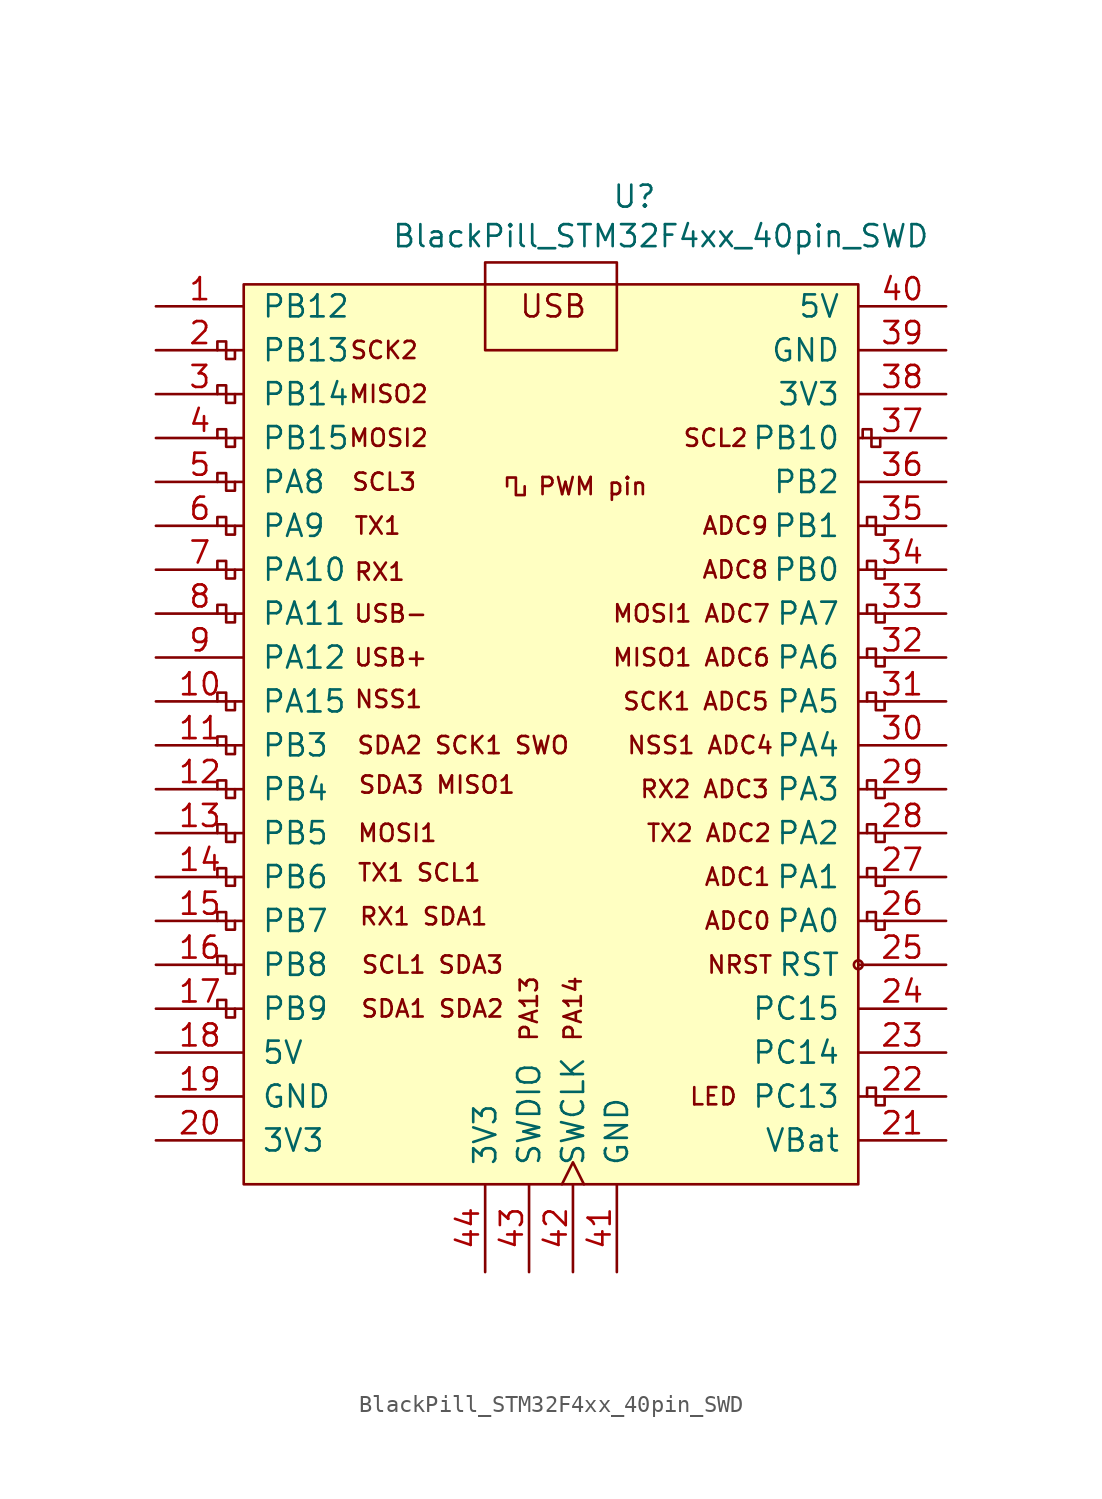
<source format=kicad_sym>
(kicad_symbol_lib
  (version 20231120)
  (generator "kicad_symbol_editor")
  (generator_version "8.0")
  (symbol "BlackPill_STM32F4xx_40pin_SWD"
    (pin_names
      (offset 1.016))
    (property "Reference" "U"
      (at 4.826 26.67 0)
      (effects (font (size 1.27 1.27))))
    (property "Value" "BlackPill_STM32F4xx_40pin_SWD"
      (at 6.35 24.384 0)
      (effects (font (size 1.27 1.27))))
    (symbol "BlackPill_STM32F4xx_40pin_SWD_0_0"
      (circle (center 17.78 -17.78) (radius 0.254) (stroke (width 0) (type solid)) (fill (type none)))
      (text "ADC0" (at 10.795 -15.24 0) (effects (font (size 0.991 0.991))))
      (text "ADC1" (at 10.795 -12.7 0) (effects (font (size 0.991 0.991))))
      (text "ADC8" (at 10.668 5.08 0) (effects (font (size 0.991 0.991))))
      (text "LED" (at 9.398 -25.4 0) (effects (font (size 0.991 0.991))))
      (text "NSS1" (at -9.398 -2.413 0) (effects (font (size 0.991 0.991))))
      (text "PWM pin" (at 2.413 9.906 0) (effects (font (size 0.991 0.991))))
      (text "RX1" (at -9.906 4.953 0) (effects (font (size 0.991 0.991))))
      (text "TX1" (at -10.033 7.62 0) (effects (font (size 0.991 0.991))))
      (text "USB" (at 0.127 20.32 0) (effects (font (size 1.27 1.27))))
      (text "USB+" (at -9.271 0 0) (effects (font (size 0.991 0.991))))
      (text "USB-" (at -9.271 2.54 0) (effects (font (size 0.991 0.991)))))
    (symbol "BlackPill_STM32F4xx_40pin_SWD_0_1"
      (rectangle (start -17.78 21.59) (end 17.78 -30.48) (stroke (width 0) (type solid)) (fill (type background)))
      (rectangle (start -3.81 22.86) (end 3.81 17.78) (stroke (width 0) (type solid)) (fill (type none)))
      (polyline (pts (xy -18.288 -20.32) (xy -18.288 -20.828) (xy -18.796 -20.828) (xy -18.796 -19.812) (xy -19.304 -19.812) (xy -19.304 -20.32)) (stroke (width 0) (type solid)) (fill (type none)))
      (polyline (pts (xy -18.288 -17.78) (xy -18.288 -18.288) (xy -18.796 -18.288) (xy -18.796 -17.272) (xy -19.304 -17.272) (xy -19.304 -17.78)) (stroke (width 0) (type solid)) (fill (type none)))
      (polyline (pts (xy -18.288 -15.24) (xy -18.288 -15.748) (xy -18.796 -15.748) (xy -18.796 -14.732) (xy -19.304 -14.732) (xy -19.304 -15.24)) (stroke (width 0) (type solid)) (fill (type none)))
      (polyline (pts (xy -18.288 -12.7) (xy -18.288 -13.208) (xy -18.796 -13.208) (xy -18.796 -12.192) (xy -19.304 -12.192) (xy -19.304 -12.7)) (stroke (width 0) (type solid)) (fill (type none)))
      (polyline (pts (xy -18.288 -10.16) (xy -18.288 -10.668) (xy -18.796 -10.668) (xy -18.796 -9.652) (xy -19.304 -9.652) (xy -19.304 -10.16)) (stroke (width 0) (type solid)) (fill (type none)))
      (polyline (pts (xy -18.288 -7.62) (xy -18.288 -8.128) (xy -18.796 -8.128) (xy -18.796 -7.112) (xy -19.304 -7.112) (xy -19.304 -7.62)) (stroke (width 0) (type solid)) (fill (type none)))
      (polyline (pts (xy -18.288 -5.08) (xy -18.288 -5.588) (xy -18.796 -5.588) (xy -18.796 -4.572) (xy -19.304 -4.572) (xy -19.304 -5.08)) (stroke (width 0) (type solid)) (fill (type none)))
      (polyline (pts (xy -18.288 -2.54) (xy -18.288 -3.048) (xy -18.796 -3.048) (xy -18.796 -2.032) (xy -19.304 -2.032) (xy -19.304 -2.54)) (stroke (width 0) (type solid)) (fill (type none)))
      (polyline (pts (xy -18.288 2.54) (xy -18.288 2.032) (xy -18.796 2.032) (xy -18.796 3.048) (xy -19.304 3.048) (xy -19.304 2.54)) (stroke (width 0) (type solid)) (fill (type none)))
      (polyline (pts (xy -18.288 5.08) (xy -18.288 4.572) (xy -18.796 4.572) (xy -18.796 5.588) (xy -19.304 5.588) (xy -19.304 5.08)) (stroke (width 0) (type solid)) (fill (type none)))
      (polyline (pts (xy -18.288 7.62) (xy -18.288 7.112) (xy -18.796 7.112) (xy -18.796 8.128) (xy -19.304 8.128) (xy -19.304 7.62)) (stroke (width 0) (type solid)) (fill (type none)))
      (polyline (pts (xy -18.288 10.16) (xy -18.288 9.652) (xy -18.796 9.652) (xy -18.796 10.668) (xy -19.304 10.668) (xy -19.304 10.16)) (stroke (width 0) (type solid)) (fill (type none)))
      (polyline (pts (xy -18.288 12.7) (xy -18.288 12.192) (xy -18.796 12.192) (xy -18.796 13.208) (xy -19.304 13.208) (xy -19.304 12.7)) (stroke (width 0) (type solid)) (fill (type none)))
      (polyline (pts (xy -18.288 15.24) (xy -18.288 14.732) (xy -18.796 14.732) (xy -18.796 15.748) (xy -19.304 15.748) (xy -19.304 15.24)) (stroke (width 0) (type solid)) (fill (type none)))
      (polyline (pts (xy -18.288 17.78) (xy -18.288 17.272) (xy -18.796 17.272) (xy -18.796 18.288) (xy -19.304 18.288) (xy -19.304 17.78)) (stroke (width 0) (type solid)) (fill (type none)))
      (polyline (pts (xy -1.524 9.906) (xy -1.524 9.398) (xy -2.032 9.398) (xy -2.032 10.414) (xy -2.54 10.414) (xy -2.54 9.906)) (stroke (width 0) (type solid)) (fill (type none)))
      (polyline (pts (xy 18.288 -25.4) (xy 18.288 -24.892) (xy 18.796 -24.892) (xy 18.796 -25.908) (xy 19.304 -25.908) (xy 19.304 -25.4)) (stroke (width 0) (type solid)) (fill (type none)))
      (polyline (pts (xy 19.05 12.7) (xy 19.05 12.192) (xy 18.542 12.192) (xy 18.542 13.208) (xy 18.034 13.208) (xy 18.034 12.7)) (stroke (width 0) (type solid)) (fill (type none)))
      (polyline (pts (xy 19.304 -15.24) (xy 19.304 -15.748) (xy 18.796 -15.748) (xy 18.796 -14.732) (xy 18.288 -14.732) (xy 18.288 -15.24)) (stroke (width 0) (type solid)) (fill (type none)))
      (polyline (pts (xy 19.304 -12.7) (xy 19.304 -13.208) (xy 18.796 -13.208) (xy 18.796 -12.192) (xy 18.288 -12.192) (xy 18.288 -12.7)) (stroke (width 0) (type solid)) (fill (type none)))
      (polyline (pts (xy 19.304 -10.16) (xy 19.304 -10.668) (xy 18.796 -10.668) (xy 18.796 -9.652) (xy 18.288 -9.652) (xy 18.288 -10.16)) (stroke (width 0) (type solid)) (fill (type none)))
      (polyline (pts (xy 19.304 -7.62) (xy 19.304 -8.128) (xy 18.796 -8.128) (xy 18.796 -7.112) (xy 18.288 -7.112) (xy 18.288 -7.62)) (stroke (width 0) (type solid)) (fill (type none)))
      (polyline (pts (xy 19.304 -2.54) (xy 19.304 -3.048) (xy 18.796 -3.048) (xy 18.796 -2.032) (xy 18.288 -2.032) (xy 18.288 -2.54)) (stroke (width 0) (type solid)) (fill (type none)))
      (polyline (pts (xy 19.304 0) (xy 19.304 -0.508) (xy 18.796 -0.508) (xy 18.796 0.508) (xy 18.288 0.508) (xy 18.288 0)) (stroke (width 0) (type solid)) (fill (type none)))
      (polyline (pts (xy 19.304 2.54) (xy 19.304 2.032) (xy 18.796 2.032) (xy 18.796 3.048) (xy 18.288 3.048) (xy 18.288 2.54)) (stroke (width 0) (type solid)) (fill (type none)))
      (polyline (pts (xy 19.304 5.08) (xy 19.304 4.572) (xy 18.796 4.572) (xy 18.796 5.588) (xy 18.288 5.588) (xy 18.288 5.08)) (stroke (width 0) (type solid)) (fill (type none)))
      (polyline (pts (xy 19.304 7.62) (xy 19.304 7.112) (xy 18.796 7.112) (xy 18.796 8.128) (xy 18.288 8.128) (xy 18.288 7.62)) (stroke (width 0) (type solid)) (fill (type none))))
    (symbol "BlackPill_STM32F4xx_40pin_SWD_1_0"
      (text "ADC9" (at 10.668 7.62 0) (effects (font (size 0.991 0.991))))
      (text "MISO1 ADC6" (at 8.128 0 0) (effects (font (size 0.991 0.991))))
      (text "MISO2" (at -9.398 15.24 0) (effects (font (size 0.991 0.991))))
      (text "MOSI1" (at -8.89 -10.16 0) (effects (font (size 0.991 0.991))))
      (text "MOSI1 ADC7" (at 8.128 2.54 0) (effects (font (size 0.991 0.991))))
      (text "MOSI2" (at -9.398 12.7 0) (effects (font (size 0.991 0.991))))
      (text "NRST\n" (at 10.922 -17.78 0) (effects (font (size 0.991 0.991))))
      (text "NSS1 ADC4" (at 8.636 -5.08 0) (effects (font (size 0.991 0.991))))
      (text "PA13\n" (at -1.27 -20.32 900) (effects (font (size 0.991 0.991))))
      (text "PA14" (at 1.27 -20.32 900) (effects (font (size 0.991 0.991))))
      (text "RX1 SDA1" (at -7.366 -14.986 0) (effects (font (size 0.991 0.991))))
      (text "RX2 ADC3" (at 8.89 -7.62 0) (effects (font (size 0.991 0.991))))
      (text "SCK1 ADC5" (at 8.382 -2.54 0) (effects (font (size 0.991 0.991))))
      (text "SCK2" (at -9.652 17.78 0) (effects (font (size 0.991 0.991))))
      (text "SCL1 SDA3" (at -6.858 -17.78 0) (effects (font (size 0.991 0.991))))
      (text "SCL2" (at 9.525 12.7 0) (effects (font (size 0.991 0.991))))
      (text "SCL3" (at -9.652 10.16 0) (effects (font (size 0.991 0.991))))
      (text "SDA1 SDA2" (at -6.858 -20.32 0) (effects (font (size 0.991 0.991))))
      (text "SDA2 SCK1 SWO" (at -5.08 -5.08 0) (effects (font (size 0.991 0.991))))
      (text "SDA3 MISO1" (at -6.604 -7.366 0) (effects (font (size 0.991 0.991))))
      (text "TX1 SCL1" (at -7.62 -12.446 0) (effects (font (size 0.991 0.991))))
      (text "TX2 ADC2" (at 9.144 -10.16 0) (effects (font (size 0.991 0.991)))))
    (symbol "BlackPill_STM32F4xx_40pin_SWD_1_1"
      (pin bidirectional line (at -22.86 20.32 0) (length 5.08) (name "PB12" (effects (font (size 1.27 1.27)))) (number "1" (effects (font (size 1.27 1.27)))))
      (pin bidirectional line (at -22.86 -2.54 0) (length 5.08) (name "PA15" (effects (font (size 1.27 1.27)))) (number "10" (effects (font (size 1.27 1.27)))))
      (pin bidirectional line (at -22.86 -5.08 0) (length 5.08) (name "PB3" (effects (font (size 1.27 1.27)))) (number "11" (effects (font (size 1.27 1.27)))))
      (pin bidirectional line (at -22.86 -7.62 0) (length 5.08) (name "PB4" (effects (font (size 1.27 1.27)))) (number "12" (effects (font (size 1.27 1.27)))))
      (pin bidirectional line (at -22.86 -10.16 0) (length 5.08) (name "PB5" (effects (font (size 1.27 1.27)))) (number "13" (effects (font (size 1.27 1.27)))))
      (pin bidirectional line (at -22.86 -12.7 0) (length 5.08) (name "PB6" (effects (font (size 1.27 1.27)))) (number "14" (effects (font (size 1.27 1.27)))))
      (pin bidirectional line (at -22.86 -15.24 0) (length 5.08) (name "PB7" (effects (font (size 1.27 1.27)))) (number "15" (effects (font (size 1.27 1.27)))))
      (pin bidirectional line (at -22.86 -17.78 0) (length 5.08) (name "PB8" (effects (font (size 1.27 1.27)))) (number "16" (effects (font (size 1.27 1.27)))))
      (pin bidirectional line (at -22.86 -20.32 0) (length 5.08) (name "PB9" (effects (font (size 1.27 1.27)))) (number "17" (effects (font (size 1.27 1.27)))))
      (pin power_in line (at -22.86 -22.86 0) (length 5.08) (name "5V" (effects (font (size 1.27 1.27)))) (number "18" (effects (font (size 1.27 1.27)))))
      (pin power_in line (at -22.86 -25.4 0) (length 5.08) (name "GND" (effects (font (size 1.27 1.27)))) (number "19" (effects (font (size 1.27 1.27)))))
      (pin bidirectional line (at -22.86 17.78 0) (length 5.08) (name "PB13" (effects (font (size 1.27 1.27)))) (number "2" (effects (font (size 1.27 1.27)))))
      (pin power_in line (at -22.86 -27.94 0) (length 5.08) (name "3V3" (effects (font (size 1.27 1.27)))) (number "20" (effects (font (size 1.27 1.27)))))
      (pin power_in line (at 22.86 -27.94 180) (length 5.08) (name "VBat" (effects (font (size 1.27 1.27)))) (number "21" (effects (font (size 1.27 1.27)))))
      (pin bidirectional line (at 22.86 -25.4 180) (length 5.08) (name "PC13" (effects (font (size 1.27 1.27)))) (number "22" (effects (font (size 1.27 1.27)))))
      (pin bidirectional line (at 22.86 -22.86 180) (length 5.08) (name "PC14" (effects (font (size 1.27 1.27)))) (number "23" (effects (font (size 1.27 1.27)))))
      (pin bidirectional line (at 22.86 -20.32 180) (length 5.08) (name "PC15" (effects (font (size 1.27 1.27)))) (number "24" (effects (font (size 1.27 1.27)))))
      (pin input line (at 22.86 -17.78 180) (length 5.08) (name "RST" (effects (font (size 1.27 1.27)))) (number "25" (effects (font (size 1.27 1.27)))))
      (pin bidirectional line (at 22.86 -15.24 180) (length 5.08) (name "PA0" (effects (font (size 1.27 1.27)))) (number "26" (effects (font (size 1.27 1.27)))))
      (pin bidirectional line (at 22.86 -12.7 180) (length 5.08) (name "PA1" (effects (font (size 1.27 1.27)))) (number "27" (effects (font (size 1.27 1.27)))))
      (pin bidirectional line (at 22.86 -10.16 180) (length 5.08) (name "PA2" (effects (font (size 1.27 1.27)))) (number "28" (effects (font (size 1.27 1.27)))))
      (pin bidirectional line (at 22.86 -7.62 180) (length 5.08) (name "PA3" (effects (font (size 1.27 1.27)))) (number "29" (effects (font (size 1.27 1.27)))))
      (pin bidirectional line (at -22.86 15.24 0) (length 5.08) (name "PB14" (effects (font (size 1.27 1.27)))) (number "3" (effects (font (size 1.27 1.27)))))
      (pin bidirectional line (at 22.86 -5.08 180) (length 5.08) (name "PA4" (effects (font (size 1.27 1.27)))) (number "30" (effects (font (size 1.27 1.27)))))
      (pin bidirectional line (at 22.86 -2.54 180) (length 5.08) (name "PA5" (effects (font (size 1.27 1.27)))) (number "31" (effects (font (size 1.27 1.27)))))
      (pin bidirectional line (at 22.86 0 180) (length 5.08) (name "PA6" (effects (font (size 1.27 1.27)))) (number "32" (effects (font (size 1.27 1.27)))))
      (pin bidirectional line (at 22.86 2.54 180) (length 5.08) (name "PA7" (effects (font (size 1.27 1.27)))) (number "33" (effects (font (size 1.27 1.27)))))
      (pin bidirectional line (at 22.86 5.08 180) (length 5.08) (name "PB0" (effects (font (size 1.27 1.27)))) (number "34" (effects (font (size 1.27 1.27)))))
      (pin bidirectional line (at 22.86 7.62 180) (length 5.08) (name "PB1" (effects (font (size 1.27 1.27)))) (number "35" (effects (font (size 1.27 1.27)))))
      (pin bidirectional line (at 22.86 10.16 180) (length 5.08) (name "PB2" (effects (font (size 1.27 1.27)))) (number "36" (effects (font (size 1.27 1.27)))))
      (pin bidirectional line (at 22.86 12.7 180) (length 5.08) (name "PB10" (effects (font (size 1.27 1.27)))) (number "37" (effects (font (size 1.27 1.27)))))
      (pin power_in line (at 22.86 15.24 180) (length 5.08) (name "3V3" (effects (font (size 1.27 1.27)))) (number "38" (effects (font (size 1.27 1.27)))))
      (pin power_in line (at 22.86 17.78 180) (length 5.08) (name "GND" (effects (font (size 1.27 1.27)))) (number "39" (effects (font (size 1.27 1.27)))))
      (pin bidirectional line (at -22.86 12.7 0) (length 5.08) (name "PB15" (effects (font (size 1.27 1.27)))) (number "4" (effects (font (size 1.27 1.27)))))
      (pin power_in line (at 22.86 20.32 180) (length 5.08) (name "5V" (effects (font (size 1.27 1.27)))) (number "40" (effects (font (size 1.27 1.27)))))
      (pin power_in line (at 3.81 -35.56 90) (length 5.08) (name "GND" (effects (font (size 1.27 1.27)))) (number "41" (effects (font (size 1.27 1.27)))))
      (pin input clock (at 1.27 -35.56 90) (length 5.08) (name "SWCLK" (effects (font (size 1.27 1.27)))) (number "42" (effects (font (size 1.27 1.27)))))
      (pin bidirectional line (at -1.27 -35.56 90) (length 5.08) (name "SWDIO" (effects (font (size 1.27 1.27)))) (number "43" (effects (font (size 1.27 1.27)))))
      (pin power_in line (at -3.81 -35.56 90) (length 5.08) (name "3V3" (effects (font (size 1.27 1.27)))) (number "44" (effects (font (size 1.27 1.27)))))
      (pin bidirectional line (at -22.86 10.16 0) (length 5.08) (name "PA8" (effects (font (size 1.27 1.27)))) (number "5" (effects (font (size 1.27 1.27)))))
      (pin bidirectional line (at -22.86 7.62 0) (length 5.08) (name "PA9" (effects (font (size 1.27 1.27)))) (number "6" (effects (font (size 1.27 1.27)))))
      (pin bidirectional line (at -22.86 5.08 0) (length 5.08) (name "PA10" (effects (font (size 1.27 1.27)))) (number "7" (effects (font (size 1.27 1.27)))))
      (pin bidirectional line (at -22.86 2.54 0) (length 5.08) (name "PA11" (effects (font (size 1.27 1.27)))) (number "8" (effects (font (size 1.27 1.27)))))
      (pin bidirectional line (at -22.86 0 0) (length 5.08) (name "PA12" (effects (font (size 1.27 1.27)))) (number "9" (effects (font (size 1.27 1.27))))))))
</source>
